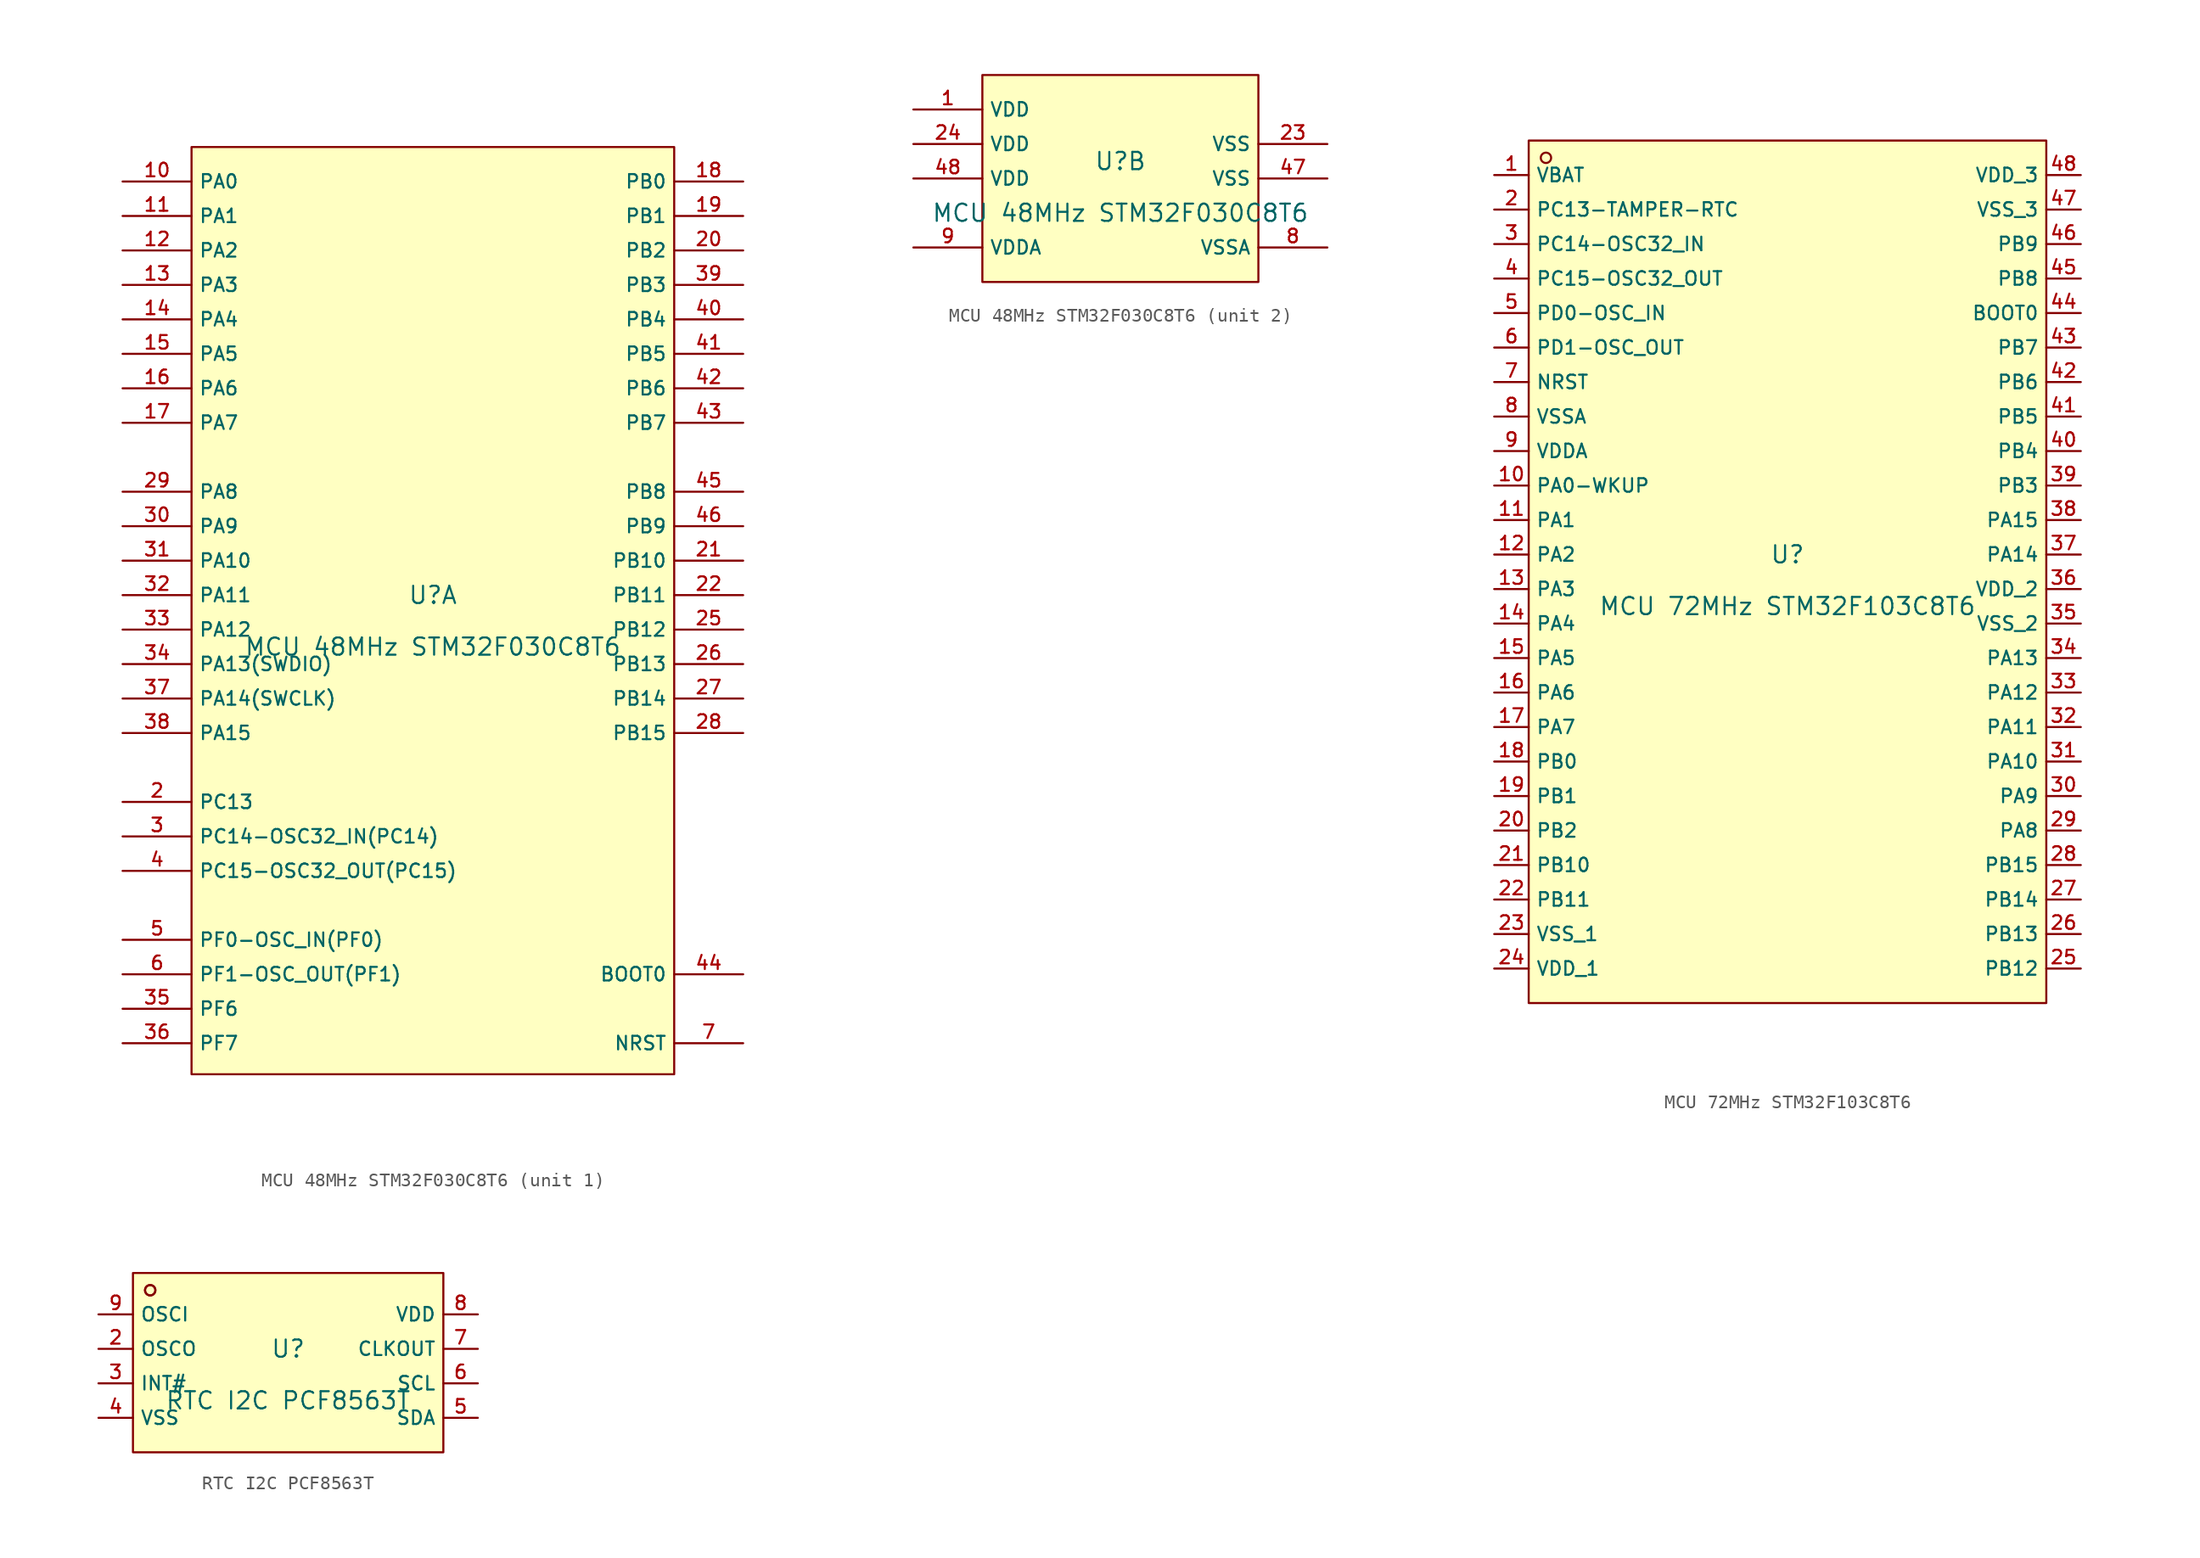
<source format=kicad_sym>
(kicad_symbol_lib
  (version 20220914)
  (generator kicad_symbol_editor)
  (symbol "MCU 48MHz STM32F030C8T6"
    (property "Reference" "U"
      (at 0 1.27 0)
      (effects (font (size 1.27 1.27))))
    (property "Value" "MCU 48MHz STM32F030C8T6"
      (at 0 -2.54 0)
      (effects (font (size 1.27 1.27))))
    (symbol "MCU 48MHz STM32F030C8T6_1_1"
      (rectangle (start -17.78 34.29) (end 17.78 -34.036) (stroke (width 0) (type default)) (fill (type background)))
      (pin bidirectional line (at -22.86 31.75 0) (length 5.08) (name "PA0" (effects (font (size 1 1)))) (number "10" (effects (font (size 1 1)))))
      (pin bidirectional line (at -22.86 29.21 0) (length 5.08) (name "PA1" (effects (font (size 1 1)))) (number "11" (effects (font (size 1 1)))))
      (pin bidirectional line (at -22.86 26.67 0) (length 5.08) (name "PA2" (effects (font (size 1 1)))) (number "12" (effects (font (size 1 1)))))
      (pin bidirectional line (at -22.86 24.13 0) (length 5.08) (name "PA3" (effects (font (size 1 1)))) (number "13" (effects (font (size 1 1)))))
      (pin bidirectional line (at -22.86 21.59 0) (length 5.08) (name "PA4" (effects (font (size 1 1)))) (number "14" (effects (font (size 1 1)))))
      (pin bidirectional line (at -22.86 19.05 0) (length 5.08) (name "PA5" (effects (font (size 1 1)))) (number "15" (effects (font (size 1 1)))))
      (pin bidirectional line (at -22.86 16.51 0) (length 5.08) (name "PA6" (effects (font (size 1 1)))) (number "16" (effects (font (size 1 1)))))
      (pin bidirectional line (at -22.86 13.97 0) (length 5.08) (name "PA7" (effects (font (size 1 1)))) (number "17" (effects (font (size 1 1)))))
      (pin bidirectional line (at 22.86 31.75 180) (length 5.08) (name "PB0" (effects (font (size 1 1)))) (number "18" (effects (font (size 1 1)))))
      (pin bidirectional line (at 22.86 29.21 180) (length 5.08) (name "PB1" (effects (font (size 1 1)))) (number "19" (effects (font (size 1 1)))))
      (pin bidirectional line (at -22.86 -13.97 0) (length 5.08) (name "PC13" (effects (font (size 1 1)))) (number "2" (effects (font (size 1 1)))))
      (pin bidirectional line (at 22.86 26.67 180) (length 5.08) (name "PB2" (effects (font (size 1 1)))) (number "20" (effects (font (size 1 1)))))
      (pin bidirectional line (at 22.86 3.81 180) (length 5.08) (name "PB10" (effects (font (size 1 1)))) (number "21" (effects (font (size 1 1)))))
      (pin bidirectional line (at 22.86 1.27 180) (length 5.08) (name "PB11" (effects (font (size 1 1)))) (number "22" (effects (font (size 1 1)))))
      (pin bidirectional line (at 22.86 -1.27 180) (length 5.08) (name "PB12" (effects (font (size 1 1)))) (number "25" (effects (font (size 1 1)))))
      (pin bidirectional line (at 22.86 -3.81 180) (length 5.08) (name "PB13" (effects (font (size 1 1)))) (number "26" (effects (font (size 1 1)))))
      (pin bidirectional line (at 22.86 -6.35 180) (length 5.08) (name "PB14" (effects (font (size 1 1)))) (number "27" (effects (font (size 1 1)))))
      (pin bidirectional line (at 22.86 -8.89 180) (length 5.08) (name "PB15" (effects (font (size 1 1)))) (number "28" (effects (font (size 1 1)))))
      (pin bidirectional line (at -22.86 8.89 0) (length 5.08) (name "PA8" (effects (font (size 1 1)))) (number "29" (effects (font (size 1 1)))))
      (pin bidirectional line (at -22.86 -16.51 0) (length 5.08) (name "PC14-OSC32_IN(PC14)" (effects (font (size 1 1)))) (number "3" (effects (font (size 1 1)))))
      (pin bidirectional line (at -22.86 6.35 0) (length 5.08) (name "PA9" (effects (font (size 1 1)))) (number "30" (effects (font (size 1 1)))))
      (pin bidirectional line (at -22.86 3.81 0) (length 5.08) (name "PA10" (effects (font (size 1 1)))) (number "31" (effects (font (size 1 1)))))
      (pin bidirectional line (at -22.86 1.27 0) (length 5.08) (name "PA11" (effects (font (size 1 1)))) (number "32" (effects (font (size 1 1)))))
      (pin bidirectional line (at -22.86 -1.27 0) (length 5.08) (name "PA12" (effects (font (size 1 1)))) (number "33" (effects (font (size 1 1)))))
      (pin bidirectional line (at -22.86 -3.81 0) (length 5.08) (name "PA13(SWDIO)" (effects (font (size 1 1)))) (number "34" (effects (font (size 1 1)))))
      (pin bidirectional line (at -22.86 -29.21 0) (length 5.08) (name "PF6" (effects (font (size 1 1)))) (number "35" (effects (font (size 1 1)))))
      (pin bidirectional line (at -22.86 -31.75 0) (length 5.08) (name "PF7" (effects (font (size 1 1)))) (number "36" (effects (font (size 1 1)))))
      (pin bidirectional line (at -22.86 -6.35 0) (length 5.08) (name "PA14(SWCLK)" (effects (font (size 1 1)))) (number "37" (effects (font (size 1 1)))))
      (pin bidirectional line (at -22.86 -8.89 0) (length 5.08) (name "PA15" (effects (font (size 1 1)))) (number "38" (effects (font (size 1 1)))))
      (pin bidirectional line (at 22.86 24.13 180) (length 5.08) (name "PB3" (effects (font (size 1 1)))) (number "39" (effects (font (size 1 1)))))
      (pin bidirectional line (at -22.86 -19.05 0) (length 5.08) (name "PC15-OSC32_OUT(PC15)" (effects (font (size 1 1)))) (number "4" (effects (font (size 1 1)))))
      (pin bidirectional line (at 22.86 21.59 180) (length 5.08) (name "PB4" (effects (font (size 1 1)))) (number "40" (effects (font (size 1 1)))))
      (pin bidirectional line (at 22.86 19.05 180) (length 5.08) (name "PB5" (effects (font (size 1 1)))) (number "41" (effects (font (size 1 1)))))
      (pin bidirectional line (at 22.86 16.51 180) (length 5.08) (name "PB6" (effects (font (size 1 1)))) (number "42" (effects (font (size 1 1)))))
      (pin bidirectional line (at 22.86 13.97 180) (length 5.08) (name "PB7" (effects (font (size 1 1)))) (number "43" (effects (font (size 1 1)))))
      (pin unspecified line (at 22.86 -26.67 180) (length 5.08) (name "BOOT0" (effects (font (size 1 1)))) (number "44" (effects (font (size 1 1)))))
      (pin bidirectional line (at 22.86 8.89 180) (length 5.08) (name "PB8" (effects (font (size 1 1)))) (number "45" (effects (font (size 1 1)))))
      (pin bidirectional line (at 22.86 6.35 180) (length 5.08) (name "PB9" (effects (font (size 1 1)))) (number "46" (effects (font (size 1 1)))))
      (pin bidirectional line (at -22.86 -24.13 0) (length 5.08) (name "PF0-OSC_IN(PF0)" (effects (font (size 1 1)))) (number "5" (effects (font (size 1 1)))))
      (pin bidirectional line (at -22.86 -26.67 0) (length 5.08) (name "PF1-OSC_OUT(PF1)" (effects (font (size 1 1)))) (number "6" (effects (font (size 1 1)))))
      (pin bidirectional line (at 22.86 -31.75 180) (length 5.08) (name "NRST" (effects (font (size 1 1)))) (number "7" (effects (font (size 1 1))))))
    (symbol "MCU 48MHz STM32F030C8T6_2_1"
      (rectangle (start -10.16 7.62) (end 10.16 -7.62) (stroke (width 0) (type default)) (fill (type background)))
      (pin power_in line (at -15.24 5.08 0) (length 5.08) (name "VDD" (effects (font (size 1 1)))) (number "1" (effects (font (size 1 1)))))
      (pin power_in line (at 15.24 2.54 180) (length 5.08) (name "VSS" (effects (font (size 1 1)))) (number "23" (effects (font (size 1 1)))))
      (pin power_in line (at -15.24 2.54 0) (length 5.08) (name "VDD" (effects (font (size 1 1)))) (number "24" (effects (font (size 1 1)))))
      (pin power_in line (at 15.24 0 180) (length 5.08) (name "VSS" (effects (font (size 1 1)))) (number "47" (effects (font (size 1 1)))))
      (pin power_in line (at -15.24 0 0) (length 5.08) (name "VDD" (effects (font (size 1 1)))) (number "48" (effects (font (size 1 1)))))
      (pin power_in line (at 15.24 -5.08 180) (length 5.08) (name "VSSA" (effects (font (size 1 1)))) (number "8" (effects (font (size 1 1)))))
      (pin power_in line (at -15.24 -5.08 0) (length 5.08) (name "VDDA" (effects (font (size 1 1)))) (number "9" (effects (font (size 1 1)))))))
  (symbol "MCU 72MHz STM32F103C8T6"
    (property "Reference" "U"
      (at 0 1.27 0)
      (effects (font (size 1.27 1.27))))
    (property "Value" "MCU 72MHz STM32F103C8T6"
      (at 0 -2.54 0)
      (effects (font (size 1.27 1.27))))
    (symbol "MCU 72MHz STM32F103C8T6_0_1"
      (rectangle (start -19.05 31.75) (end 19.05 -31.75) (stroke (width 0) (type default)) (fill (type background)))
      (circle (center -17.78 30.48) (radius 0.381) (stroke (width 0) (type default)) (fill (type background)))
      (pin unspecified line (at -21.59 29.21 0) (length 2.54) (name "VBAT" (effects (font (size 1 1)))) (number "1" (effects (font (size 1 1)))))
      (pin unspecified line (at -21.59 6.35 0) (length 2.54) (name "PA0-WKUP" (effects (font (size 1 1)))) (number "10" (effects (font (size 1 1)))))
      (pin unspecified line (at -21.59 3.81 0) (length 2.54) (name "PA1" (effects (font (size 1 1)))) (number "11" (effects (font (size 1 1)))))
      (pin unspecified line (at -21.59 1.27 0) (length 2.54) (name "PA2" (effects (font (size 1 1)))) (number "12" (effects (font (size 1 1)))))
      (pin unspecified line (at -21.59 -1.27 0) (length 2.54) (name "PA3" (effects (font (size 1 1)))) (number "13" (effects (font (size 1 1)))))
      (pin unspecified line (at -21.59 -3.81 0) (length 2.54) (name "PA4" (effects (font (size 1 1)))) (number "14" (effects (font (size 1 1)))))
      (pin unspecified line (at -21.59 -6.35 0) (length 2.54) (name "PA5" (effects (font (size 1 1)))) (number "15" (effects (font (size 1 1)))))
      (pin unspecified line (at -21.59 -8.89 0) (length 2.54) (name "PA6" (effects (font (size 1 1)))) (number "16" (effects (font (size 1 1)))))
      (pin unspecified line (at -21.59 -11.43 0) (length 2.54) (name "PA7" (effects (font (size 1 1)))) (number "17" (effects (font (size 1 1)))))
      (pin unspecified line (at -21.59 -13.97 0) (length 2.54) (name "PB0" (effects (font (size 1 1)))) (number "18" (effects (font (size 1 1)))))
      (pin unspecified line (at -21.59 -16.51 0) (length 2.54) (name "PB1" (effects (font (size 1 1)))) (number "19" (effects (font (size 1 1)))))
      (pin unspecified line (at -21.59 26.67 0) (length 2.54) (name "PC13-TAMPER-RTC" (effects (font (size 1 1)))) (number "2" (effects (font (size 1 1)))))
      (pin unspecified line (at -21.59 -19.05 0) (length 2.54) (name "PB2" (effects (font (size 1 1)))) (number "20" (effects (font (size 1 1)))))
      (pin unspecified line (at -21.59 -21.59 0) (length 2.54) (name "PB10" (effects (font (size 1 1)))) (number "21" (effects (font (size 1 1)))))
      (pin unspecified line (at -21.59 -24.13 0) (length 2.54) (name "PB11" (effects (font (size 1 1)))) (number "22" (effects (font (size 1 1)))))
      (pin unspecified line (at -21.59 -26.67 0) (length 2.54) (name "VSS_1" (effects (font (size 1 1)))) (number "23" (effects (font (size 1 1)))))
      (pin unspecified line (at -21.59 -29.21 0) (length 2.54) (name "VDD_1" (effects (font (size 1 1)))) (number "24" (effects (font (size 1 1)))))
      (pin unspecified line (at 21.59 -29.21 180) (length 2.54) (name "PB12" (effects (font (size 1 1)))) (number "25" (effects (font (size 1 1)))))
      (pin unspecified line (at 21.59 -26.67 180) (length 2.54) (name "PB13" (effects (font (size 1 1)))) (number "26" (effects (font (size 1 1)))))
      (pin unspecified line (at 21.59 -24.13 180) (length 2.54) (name "PB14" (effects (font (size 1 1)))) (number "27" (effects (font (size 1 1)))))
      (pin unspecified line (at 21.59 -21.59 180) (length 2.54) (name "PB15" (effects (font (size 1 1)))) (number "28" (effects (font (size 1 1)))))
      (pin unspecified line (at 21.59 -19.05 180) (length 2.54) (name "PA8" (effects (font (size 1 1)))) (number "29" (effects (font (size 1 1)))))
      (pin unspecified line (at -21.59 24.13 0) (length 2.54) (name "PC14-OSC32_IN" (effects (font (size 1 1)))) (number "3" (effects (font (size 1 1)))))
      (pin unspecified line (at 21.59 -16.51 180) (length 2.54) (name "PA9" (effects (font (size 1 1)))) (number "30" (effects (font (size 1 1)))))
      (pin unspecified line (at 21.59 -13.97 180) (length 2.54) (name "PA10" (effects (font (size 1 1)))) (number "31" (effects (font (size 1 1)))))
      (pin unspecified line (at 21.59 -11.43 180) (length 2.54) (name "PA11" (effects (font (size 1 1)))) (number "32" (effects (font (size 1 1)))))
      (pin unspecified line (at 21.59 -8.89 180) (length 2.54) (name "PA12" (effects (font (size 1 1)))) (number "33" (effects (font (size 1 1)))))
      (pin unspecified line (at 21.59 -6.35 180) (length 2.54) (name "PA13" (effects (font (size 1 1)))) (number "34" (effects (font (size 1 1)))))
      (pin unspecified line (at 21.59 -3.81 180) (length 2.54) (name "VSS_2" (effects (font (size 1 1)))) (number "35" (effects (font (size 1 1)))))
      (pin unspecified line (at 21.59 -1.27 180) (length 2.54) (name "VDD_2" (effects (font (size 1 1)))) (number "36" (effects (font (size 1 1)))))
      (pin unspecified line (at 21.59 1.27 180) (length 2.54) (name "PA14" (effects (font (size 1 1)))) (number "37" (effects (font (size 1 1)))))
      (pin unspecified line (at 21.59 3.81 180) (length 2.54) (name "PA15" (effects (font (size 1 1)))) (number "38" (effects (font (size 1 1)))))
      (pin unspecified line (at 21.59 6.35 180) (length 2.54) (name "PB3" (effects (font (size 1 1)))) (number "39" (effects (font (size 1 1)))))
      (pin unspecified line (at -21.59 21.59 0) (length 2.54) (name "PC15-OSC32_OUT" (effects (font (size 1 1)))) (number "4" (effects (font (size 1 1)))))
      (pin unspecified line (at 21.59 8.89 180) (length 2.54) (name "PB4" (effects (font (size 1 1)))) (number "40" (effects (font (size 1 1)))))
      (pin unspecified line (at 21.59 11.43 180) (length 2.54) (name "PB5" (effects (font (size 1 1)))) (number "41" (effects (font (size 1 1)))))
      (pin unspecified line (at 21.59 13.97 180) (length 2.54) (name "PB6" (effects (font (size 1 1)))) (number "42" (effects (font (size 1 1)))))
      (pin unspecified line (at 21.59 16.51 180) (length 2.54) (name "PB7" (effects (font (size 1 1)))) (number "43" (effects (font (size 1 1)))))
      (pin unspecified line (at 21.59 19.05 180) (length 2.54) (name "BOOT0" (effects (font (size 1 1)))) (number "44" (effects (font (size 1 1)))))
      (pin unspecified line (at 21.59 21.59 180) (length 2.54) (name "PB8" (effects (font (size 1 1)))) (number "45" (effects (font (size 1 1)))))
      (pin unspecified line (at 21.59 24.13 180) (length 2.54) (name "PB9" (effects (font (size 1 1)))) (number "46" (effects (font (size 1 1)))))
      (pin unspecified line (at 21.59 26.67 180) (length 2.54) (name "VSS_3" (effects (font (size 1 1)))) (number "47" (effects (font (size 1 1)))))
      (pin unspecified line (at 21.59 29.21 180) (length 2.54) (name "VDD_3" (effects (font (size 1 1)))) (number "48" (effects (font (size 1 1)))))
      (pin unspecified line (at -21.59 19.05 0) (length 2.54) (name "PD0-OSC_IN" (effects (font (size 1 1)))) (number "5" (effects (font (size 1 1)))))
      (pin unspecified line (at -21.59 16.51 0) (length 2.54) (name "PD1-OSC_OUT" (effects (font (size 1 1)))) (number "6" (effects (font (size 1 1)))))
      (pin unspecified line (at -21.59 13.97 0) (length 2.54) (name "NRST" (effects (font (size 1 1)))) (number "7" (effects (font (size 1 1)))))
      (pin unspecified line (at -21.59 11.43 0) (length 2.54) (name "VSSA" (effects (font (size 1 1)))) (number "8" (effects (font (size 1 1)))))
      (pin unspecified line (at -21.59 8.89 0) (length 2.54) (name "VDDA" (effects (font (size 1 1)))) (number "9" (effects (font (size 1 1)))))))
  (symbol "RTC I2C PCF8563T"
    (property "Reference" "U"
      (at 0 1.27 0)
      (effects (font (size 1.27 1.27))))
    (property "Value" "RTC I2C PCF8563T"
      (at 0 -2.54 0)
      (effects (font (size 1.27 1.27))))
    (symbol "RTC I2C PCF8563T_0_1"
      (rectangle (start -11.43 6.858) (end 11.43 -6.35) (stroke (width 0) (type default)) (fill (type background)))
      (circle (center -10.16 5.588) (radius 0.381) (stroke (width 0) (type default)) (fill (type background)))
      (circle (center -10.16 5.588) (radius 0.381) (stroke (width 0) (type default)) (fill (type background)))
      (pin unspecified line (at -13.97 1.27 0) (length 2.54) (name "OSCO" (effects (font (size 1 1)))) (number "2" (effects (font (size 1 1)))))
      (pin unspecified line (at -13.97 -1.27 0) (length 2.54) (name "INT#" (effects (font (size 1 1)))) (number "3" (effects (font (size 1 1)))))
      (pin unspecified line (at -13.97 -3.81 0) (length 2.54) (name "VSS" (effects (font (size 1 1)))) (number "4" (effects (font (size 1 1)))))
      (pin unspecified line (at 13.97 -3.81 180) (length 2.54) (name "SDA" (effects (font (size 1 1)))) (number "5" (effects (font (size 1 1)))))
      (pin unspecified line (at 13.97 -1.27 180) (length 2.54) (name "SCL" (effects (font (size 1 1)))) (number "6" (effects (font (size 1 1)))))
      (pin unspecified line (at 13.97 1.27 180) (length 2.54) (name "CLKOUT" (effects (font (size 1 1)))) (number "7" (effects (font (size 1 1)))))
      (pin unspecified line (at 13.97 3.81 180) (length 2.54) (name "VDD" (effects (font (size 1 1)))) (number "8" (effects (font (size 1 1)))))
      (pin unspecified line (at -13.97 3.81 0) (length 2.54) (name "OSCI" (effects (font (size 1 1)))) (number "9" (effects (font (size 1 1))))))))
</source>
